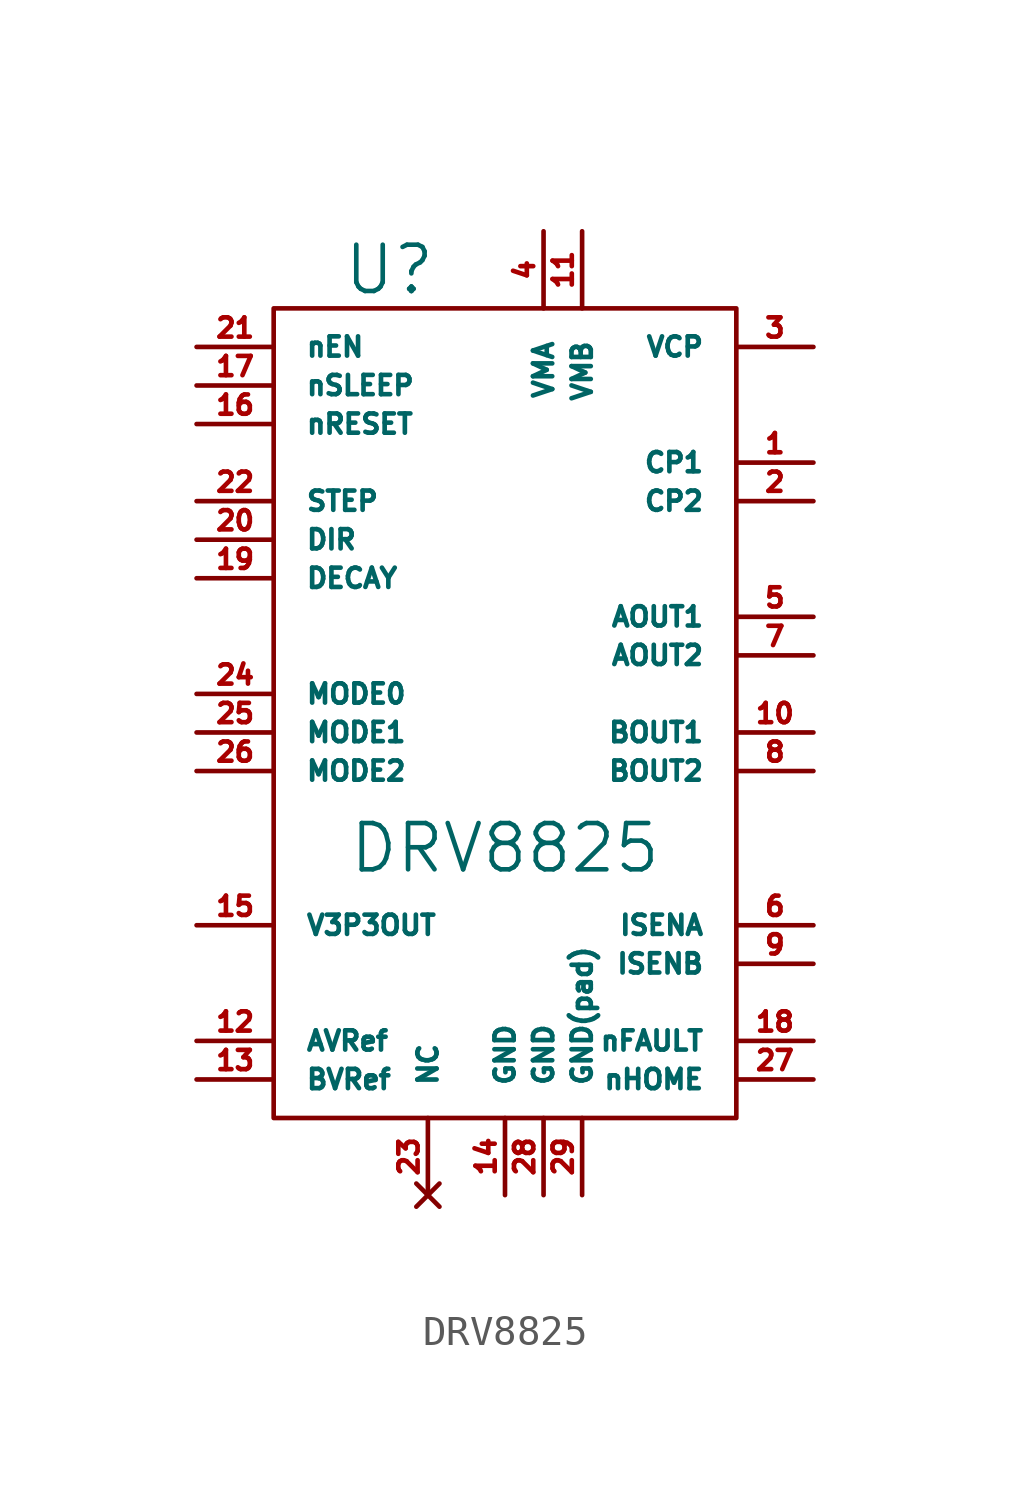
<source format=kicad_sym>
(kicad_symbol_lib
  (version 20211014)
  (generator kicad_symbol_editor)
  (symbol "DRV8825"
    (pin_names
      (offset 1.016))
    (property "Reference" "U"
      (at -5.08 16.51 0)
      (effects (font (size 1.524 1.524))))
    (property "Value" "DRV8825"
      (at -1.27 -2.54 0)
      (effects (font (size 1.524 1.524))))
    (property "Footprint" ""
      (at 0 0 0)
      (effects (font (size 1.524 1.524))))
    (property "Datasheet" ""
      (at 0 0 0)
      (effects (font (size 1.524 1.524))))
    (symbol "DRV8825_0_1"
      (rectangle (start -8.89 15.24) (end 6.35 -11.43) (stroke (width 0) (type default) (color 0 0 0 0)) (fill (type none))))
    (symbol "DRV8825_1_1"
      (pin power_out line (at 8.89 10.16 180) (length 2.54) (name "CP1" (effects (font (size 0.635 0.635)))) (number "1" (effects (font (size 0.635 0.635)))))
      (pin power_out line (at 8.89 1.27 180) (length 2.54) (name "BOUT1" (effects (font (size 0.635 0.635)))) (number "10" (effects (font (size 0.635 0.635)))))
      (pin power_in line (at 1.27 17.78 270) (length 2.54) (name "VMB" (effects (font (size 0.635 0.635)))) (number "11" (effects (font (size 0.635 0.635)))))
      (pin input line (at -11.43 -8.89 0) (length 2.54) (name "AVRef" (effects (font (size 0.635 0.635)))) (number "12" (effects (font (size 0.635 0.635)))))
      (pin input line (at -11.43 -10.16 0) (length 2.54) (name "BVRef" (effects (font (size 0.635 0.635)))) (number "13" (effects (font (size 0.635 0.635)))))
      (pin power_in line (at -1.27 -13.97 90) (length 2.54) (name "GND" (effects (font (size 0.635 0.635)))) (number "14" (effects (font (size 0.635 0.635)))))
      (pin power_out line (at -11.43 -5.08 0) (length 2.54) (name "V3P3OUT" (effects (font (size 0.635 0.635)))) (number "15" (effects (font (size 0.635 0.635)))))
      (pin input line (at -11.43 11.43 0) (length 2.54) (name "nRESET" (effects (font (size 0.635 0.635)))) (number "16" (effects (font (size 0.635 0.635)))))
      (pin input line (at -11.43 12.7 0) (length 2.54) (name "nSLEEP" (effects (font (size 0.635 0.635)))) (number "17" (effects (font (size 0.635 0.635)))))
      (pin input line (at 8.89 -8.89 180) (length 2.54) (name "nFAULT" (effects (font (size 0.635 0.635)))) (number "18" (effects (font (size 0.635 0.635)))))
      (pin input line (at -11.43 6.35 0) (length 2.54) (name "DECAY" (effects (font (size 0.635 0.635)))) (number "19" (effects (font (size 0.635 0.635)))))
      (pin power_out line (at 8.89 8.89 180) (length 2.54) (name "CP2" (effects (font (size 0.635 0.635)))) (number "2" (effects (font (size 0.635 0.635)))))
      (pin input line (at -11.43 7.62 0) (length 2.54) (name "DIR" (effects (font (size 0.635 0.635)))) (number "20" (effects (font (size 0.635 0.635)))))
      (pin input line (at -11.43 13.97 0) (length 2.54) (name "nEN" (effects (font (size 0.635 0.635)))) (number "21" (effects (font (size 0.635 0.635)))))
      (pin input line (at -11.43 8.89 0) (length 2.54) (name "STEP" (effects (font (size 0.635 0.635)))) (number "22" (effects (font (size 0.635 0.635)))))
      (pin no_connect line (at -3.81 -13.97 90) (length 2.54) (name "NC" (effects (font (size 0.635 0.635)))) (number "23" (effects (font (size 0.635 0.635)))))
      (pin input line (at -11.43 2.54 0) (length 2.54) (name "MODE0" (effects (font (size 0.635 0.635)))) (number "24" (effects (font (size 0.635 0.635)))))
      (pin input line (at -11.43 1.27 0) (length 2.54) (name "MODE1" (effects (font (size 0.635 0.635)))) (number "25" (effects (font (size 0.635 0.635)))))
      (pin input line (at -11.43 0 0) (length 2.54) (name "MODE2" (effects (font (size 0.635 0.635)))) (number "26" (effects (font (size 0.635 0.635)))))
      (pin input line (at 8.89 -10.16 180) (length 2.54) (name "nHOME" (effects (font (size 0.635 0.635)))) (number "27" (effects (font (size 0.635 0.635)))))
      (pin power_in line (at 0 -13.97 90) (length 2.54) (name "GND" (effects (font (size 0.635 0.635)))) (number "28" (effects (font (size 0.635 0.635)))))
      (pin power_in line (at 1.27 -13.97 90) (length 2.54) (name "GND(pad)" (effects (font (size 0.635 0.635)))) (number "29" (effects (font (size 0.635 0.635)))))
      (pin power_in line (at 8.89 13.97 180) (length 2.54) (name "VCP" (effects (font (size 0.635 0.635)))) (number "3" (effects (font (size 0.635 0.635)))))
      (pin power_in line (at 0 17.78 270) (length 2.54) (name "VMA" (effects (font (size 0.635 0.635)))) (number "4" (effects (font (size 0.635 0.635)))))
      (pin power_out line (at 8.89 5.08 180) (length 2.54) (name "AOUT1" (effects (font (size 0.635 0.635)))) (number "5" (effects (font (size 0.635 0.635)))))
      (pin input line (at 8.89 -5.08 180) (length 2.54) (name "ISENA" (effects (font (size 0.635 0.635)))) (number "6" (effects (font (size 0.635 0.635)))))
      (pin power_out line (at 8.89 3.81 180) (length 2.54) (name "AOUT2" (effects (font (size 0.635 0.635)))) (number "7" (effects (font (size 0.635 0.635)))))
      (pin power_out line (at 8.89 0 180) (length 2.54) (name "BOUT2" (effects (font (size 0.635 0.635)))) (number "8" (effects (font (size 0.635 0.635)))))
      (pin input line (at 8.89 -6.35 180) (length 2.54) (name "ISENB" (effects (font (size 0.635 0.635)))) (number "9" (effects (font (size 0.635 0.635))))))))
</source>
